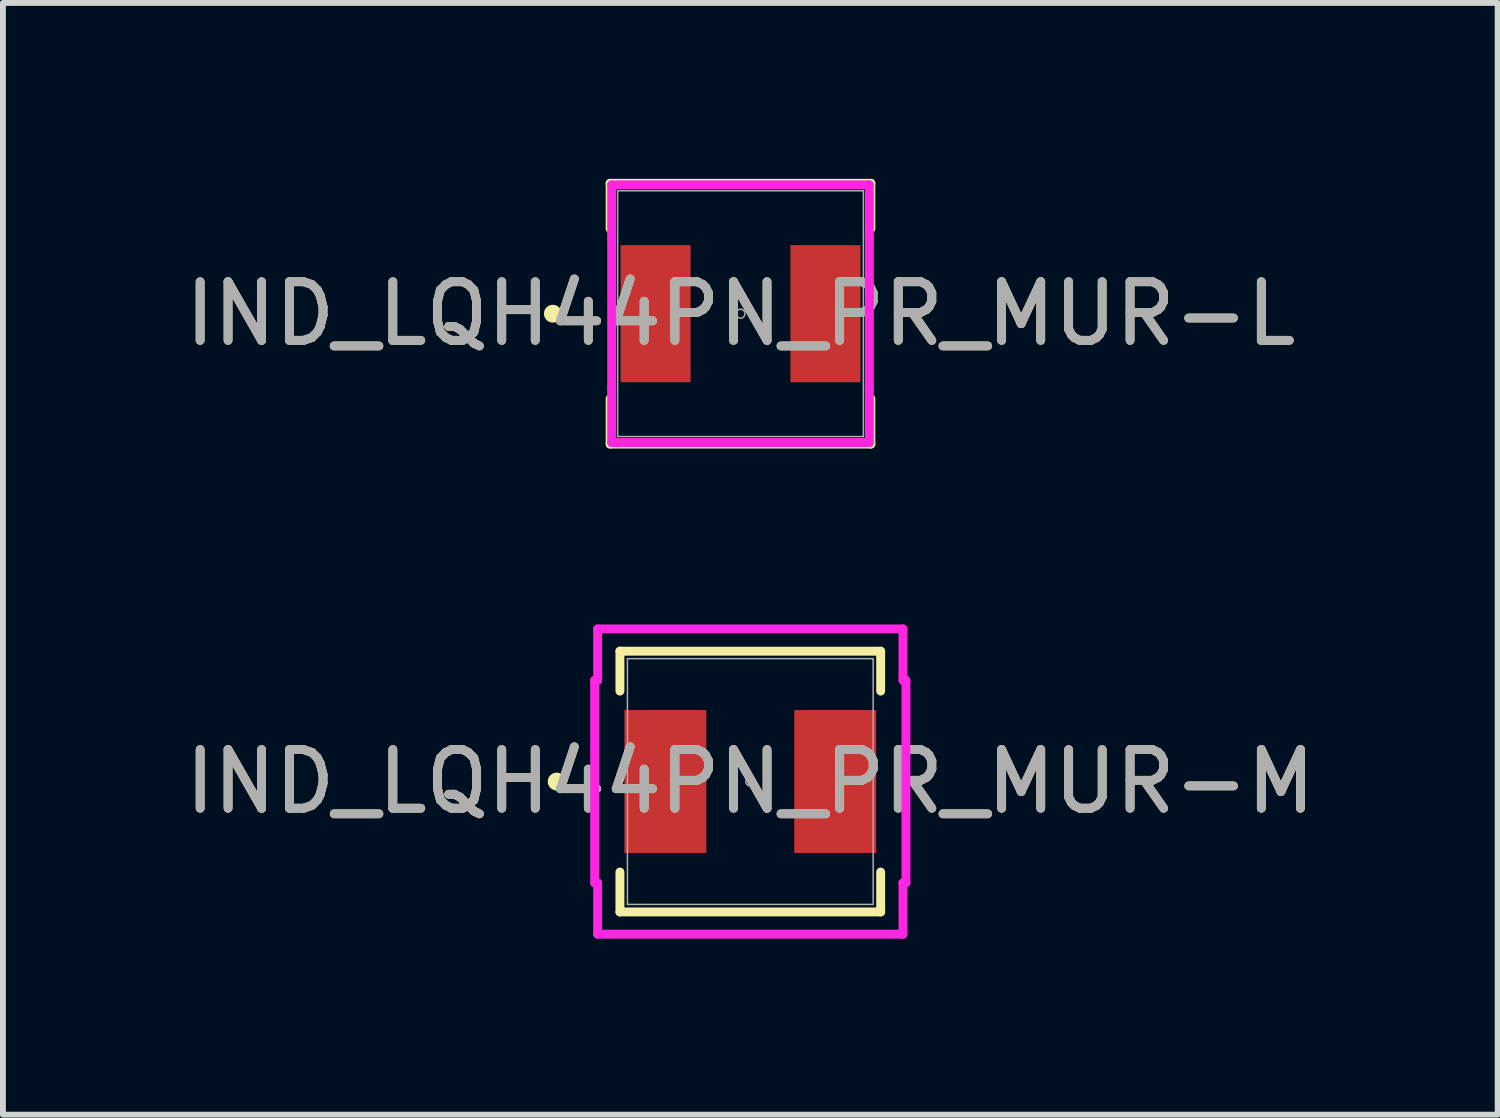
<source format=kicad_pcb>
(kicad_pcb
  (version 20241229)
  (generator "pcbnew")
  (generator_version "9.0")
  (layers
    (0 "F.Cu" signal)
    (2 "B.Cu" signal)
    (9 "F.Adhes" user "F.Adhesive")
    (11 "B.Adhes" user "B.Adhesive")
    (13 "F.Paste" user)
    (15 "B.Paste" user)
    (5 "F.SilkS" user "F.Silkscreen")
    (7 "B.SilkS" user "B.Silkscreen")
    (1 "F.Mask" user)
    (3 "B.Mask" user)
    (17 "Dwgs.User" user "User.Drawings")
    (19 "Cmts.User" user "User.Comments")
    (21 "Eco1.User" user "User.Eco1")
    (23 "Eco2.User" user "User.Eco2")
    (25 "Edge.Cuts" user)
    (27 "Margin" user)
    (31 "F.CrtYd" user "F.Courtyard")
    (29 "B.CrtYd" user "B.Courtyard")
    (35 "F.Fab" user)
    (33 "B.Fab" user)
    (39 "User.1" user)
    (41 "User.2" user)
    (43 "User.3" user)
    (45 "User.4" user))
  (footprint "IND_LQH44PN_PR_MUR-M"
    (layer "F.Cu")
    (at 9.744 10.277)
    (property "Reference" "IND_LQH44PN_PR_MUR-M" (at 0 0 0) (unlocked yes) (layer "F.SilkS") (effects (font (size 1 1) (thickness 0.15))))
    (attr smd)
    (fp_line (start -2.223 -2.223) (end -2.223 -1.543) (stroke (width 0.152) (type solid)) (layer "F.SilkS"))
    (fp_line (start -2.223 1.543) (end -2.223 2.223) (stroke (width 0.152) (type solid)) (layer "F.SilkS"))
    (fp_line (start -2.223 2.223) (end 2.223 2.223) (stroke (width 0.152) (type solid)) (layer "F.SilkS"))
    (fp_line (start 2.223 -2.223) (end -2.223 -2.223) (stroke (width 0.152) (type solid)) (layer "F.SilkS"))
    (fp_line (start 2.223 -1.543) (end 2.223 -2.223) (stroke (width 0.152) (type solid)) (layer "F.SilkS"))
    (fp_line (start 2.223 2.223) (end 2.223 1.543) (stroke (width 0.152) (type solid)) (layer "F.SilkS"))
    (fp_circle (center -3.302 0) (end -3.226 0) (stroke (width 0.152) (type solid)) (fill no) (layer "F.SilkS"))
    (fp_line (start -2.654 -1.727) (end -2.603 -1.727) (stroke (width 0.152) (type solid)) (layer "F.CrtYd"))
    (fp_line (start -2.654 1.727) (end -2.654 -1.727) (stroke (width 0.152) (type solid)) (layer "F.CrtYd"))
    (fp_line (start -2.654 1.727) (end -2.603 1.727) (stroke (width 0.152) (type solid)) (layer "F.CrtYd"))
    (fp_line (start -2.603 -2.603) (end 2.603 -2.603) (stroke (width 0.152) (type solid)) (layer "F.CrtYd"))
    (fp_line (start -2.603 -1.727) (end -2.603 -2.603) (stroke (width 0.152) (type solid)) (layer "F.CrtYd"))
    (fp_line (start -2.603 2.603) (end -2.603 1.727) (stroke (width 0.152) (type solid)) (layer "F.CrtYd"))
    (fp_line (start 2.603 -2.603) (end 2.603 -1.727) (stroke (width 0.152) (type solid)) (layer "F.CrtYd"))
    (fp_line (start 2.603 1.727) (end 2.603 2.603) (stroke (width 0.152) (type solid)) (layer "F.CrtYd"))
    (fp_line (start 2.603 2.603) (end -2.603 2.603) (stroke (width 0.152) (type solid)) (layer "F.CrtYd"))
    (fp_line (start 2.654 -1.727) (end 2.603 -1.727) (stroke (width 0.152) (type solid)) (layer "F.CrtYd"))
    (fp_line (start 2.654 -1.727) (end 2.654 1.727) (stroke (width 0.152) (type solid)) (layer "F.CrtYd"))
    (fp_line (start 2.654 1.727) (end 2.603 1.727) (stroke (width 0.152) (type solid)) (layer "F.CrtYd"))
    (fp_line (start -2.095 -2.095) (end -2.095 2.095) (stroke (width 0.025) (type solid)) (layer "F.Fab"))
    (fp_line (start -2.095 2.095) (end 2.095 2.095) (stroke (width 0.025) (type solid)) (layer "F.Fab"))
    (fp_line (start 2.095 -2.095) (end -2.095 -2.095) (stroke (width 0.025) (type solid)) (layer "F.Fab"))
    (fp_line (start 2.095 2.095) (end 2.095 -2.095) (stroke (width 0.025) (type solid)) (layer "F.Fab"))
    (fp_circle (center 0 0) (end 0.076 0) (stroke (width 0.025) (type solid)) (fill no) (layer "F.Fab"))
    (fp_text user "${REFERENCE}" (at 0 0 0) (unlocked yes) (layer "F.Fab") (effects (font (size 1 1) (thickness 0.15))))
    (pad "1" smd rect (at -1.448 0) (size 1.397 2.438) (layers "F.Cu" "F.Mask" "F.Paste"))
    (pad "2" smd rect (at 1.448 0) (size 1.397 2.438) (layers "F.Cu" "F.Mask" "F.Paste")))
  (footprint "IND_LQH44PN_PR_MUR-L"
    (layer "F.Cu")
    (at 9.577 2.299)
    (property "Reference" "IND_LQH44PN_PR_MUR-L" (at 0 0 0) (unlocked yes) (layer "F.SilkS") (effects (font (size 1 1) (thickness 0.15))))
    (attr smd)
    (fp_line (start -2.223 -2.223) (end -2.223 -1.45) (stroke (width 0.152) (type solid)) (layer "F.SilkS"))
    (fp_line (start -2.223 1.45) (end -2.223 2.223) (stroke (width 0.152) (type solid)) (layer "F.SilkS"))
    (fp_line (start -2.223 2.223) (end 2.223 2.223) (stroke (width 0.152) (type solid)) (layer "F.SilkS"))
    (fp_line (start 2.223 -2.223) (end -2.223 -2.223) (stroke (width 0.152) (type solid)) (layer "F.SilkS"))
    (fp_line (start 2.223 -1.45) (end 2.223 -2.223) (stroke (width 0.152) (type solid)) (layer "F.SilkS"))
    (fp_line (start 2.223 2.223) (end 2.223 1.45) (stroke (width 0.152) (type solid)) (layer "F.SilkS"))
    (fp_circle (center -3.2 0) (end -3.124 0) (stroke (width 0.152) (type solid)) (fill no) (layer "F.SilkS"))
    (fp_line (start -2.197 -2.197) (end 2.197 -2.197) (stroke (width 0.152) (type solid)) (layer "F.CrtYd"))
    (fp_line (start -2.197 -1.27) (end -2.197 -2.197) (stroke (width 0.152) (type solid)) (layer "F.CrtYd"))
    (fp_line (start -2.197 -1.27) (end -2.197 -1.27) (stroke (width 0.152) (type solid)) (layer "F.CrtYd"))
    (fp_line (start -2.197 1.27) (end -2.197 -1.27) (stroke (width 0.152) (type solid)) (layer "F.CrtYd"))
    (fp_line (start -2.197 1.27) (end -2.197 1.27) (stroke (width 0.152) (type solid)) (layer "F.CrtYd"))
    (fp_line (start -2.197 2.197) (end -2.197 1.27) (stroke (width 0.152) (type solid)) (layer "F.CrtYd"))
    (fp_line (start 2.197 -2.197) (end 2.197 -1.27) (stroke (width 0.152) (type solid)) (layer "F.CrtYd"))
    (fp_line (start 2.197 -1.27) (end 2.197 -1.27) (stroke (width 0.152) (type solid)) (layer "F.CrtYd"))
    (fp_line (start 2.197 -1.27) (end 2.197 1.27) (stroke (width 0.152) (type solid)) (layer "F.CrtYd"))
    (fp_line (start 2.197 1.27) (end 2.197 1.27) (stroke (width 0.152) (type solid)) (layer "F.CrtYd"))
    (fp_line (start 2.197 1.27) (end 2.197 2.197) (stroke (width 0.152) (type solid)) (layer "F.CrtYd"))
    (fp_line (start 2.197 2.197) (end -2.197 2.197) (stroke (width 0.152) (type solid)) (layer "F.CrtYd"))
    (fp_line (start -2.095 -2.095) (end -2.095 2.095) (stroke (width 0.025) (type solid)) (layer "F.Fab"))
    (fp_line (start -2.095 2.095) (end 2.095 2.095) (stroke (width 0.025) (type solid)) (layer "F.Fab"))
    (fp_line (start 2.095 -2.095) (end -2.095 -2.095) (stroke (width 0.025) (type solid)) (layer "F.Fab"))
    (fp_line (start 2.095 2.095) (end 2.095 -2.095) (stroke (width 0.025) (type solid)) (layer "F.Fab"))
    (fp_circle (center 0 0) (end 0.076 0) (stroke (width 0.025) (type solid)) (fill no) (layer "F.Fab"))
    (fp_text user "${REFERENCE}" (at 0 0 0) (unlocked yes) (layer "F.Fab") (effects (font (size 1 1) (thickness 0.15))))
    (pad "1" smd rect (at -1.448 0) (size 1.194 2.337) (layers "F.Cu" "F.Mask" "F.Paste"))
    (pad "2" smd rect (at 1.448 0) (size 1.194 2.337) (layers "F.Cu" "F.Mask" "F.Paste")))
  (gr_rect
    (start -3 -3)
    (end 22.488 15.957)
    (stroke (width 0.1) (type default))
    (fill no)
    (layer "Edge.Cuts")))
</source>
